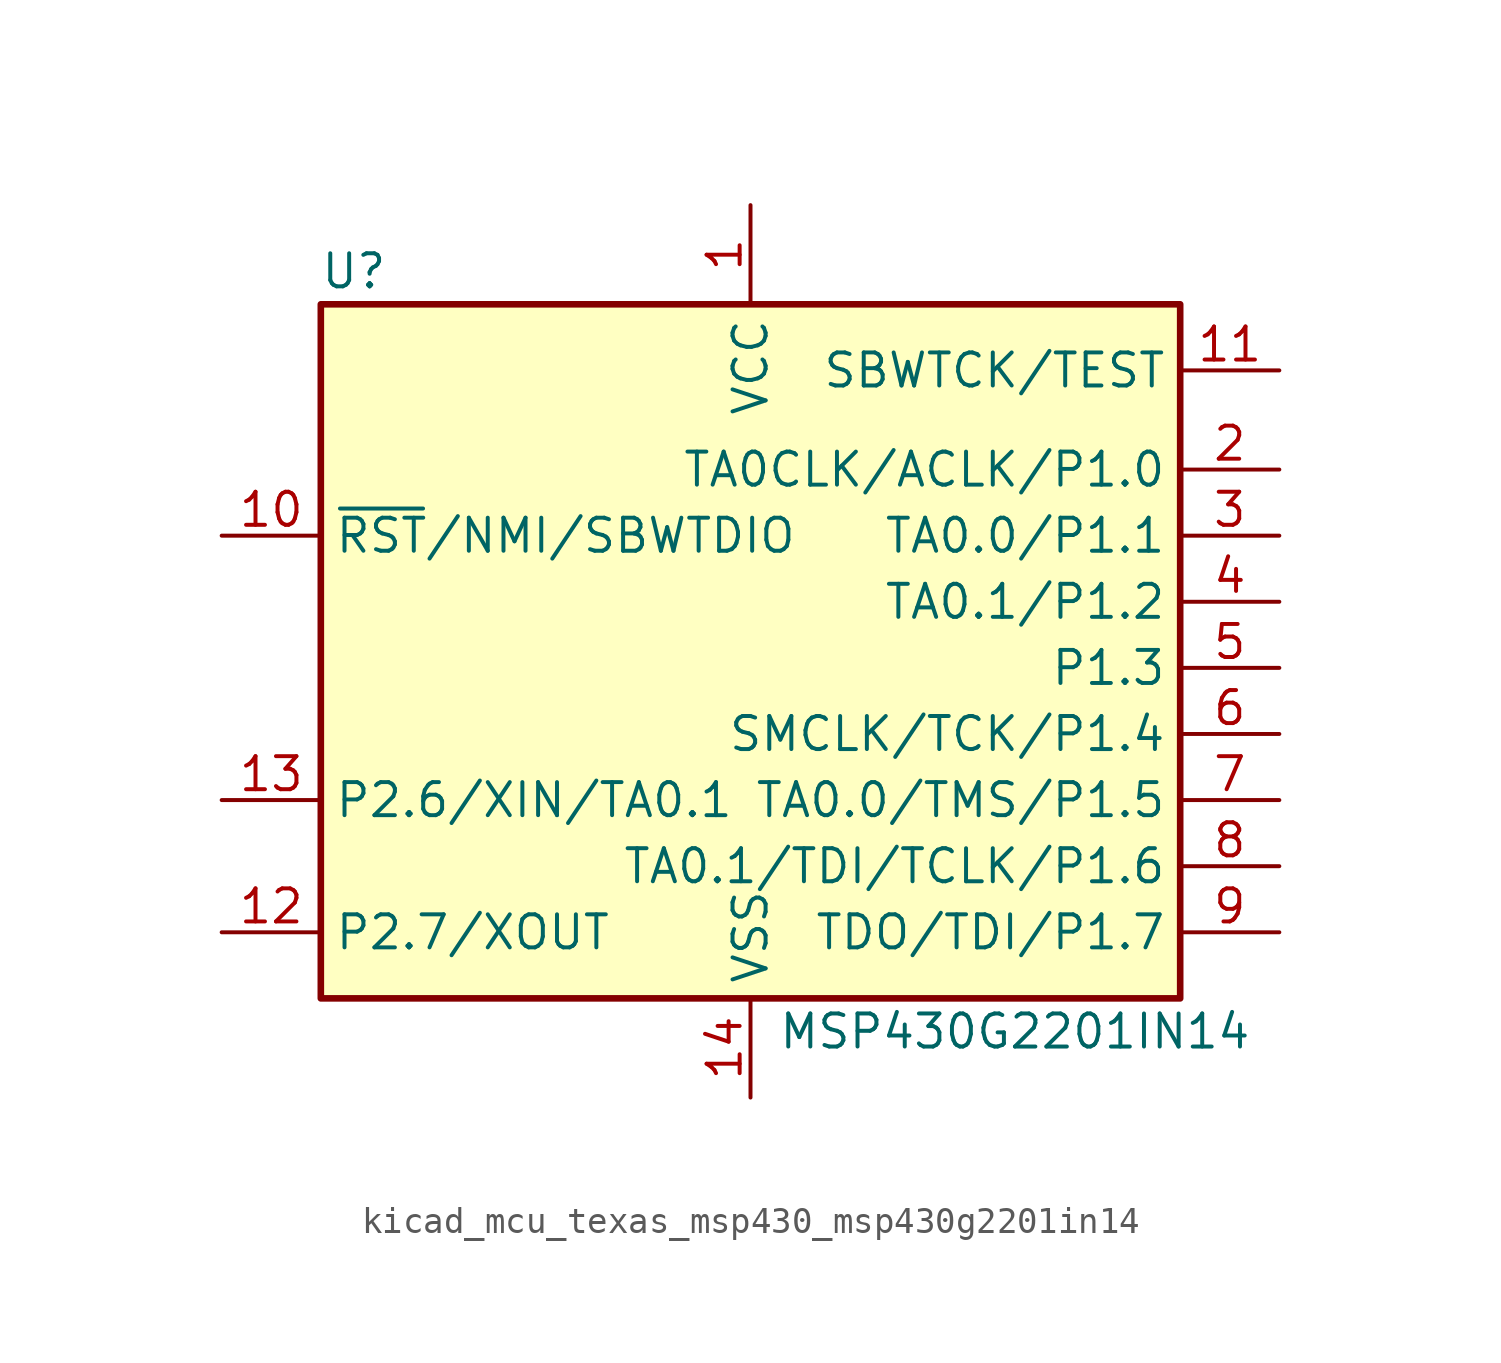
<source format=kicad_sym>
(kicad_symbol_lib
  (version 20220914)
  (generator kicad_symbol_editor)
  (symbol "kicad_mcu_texas_msp430_msp430g2201in14"
    (property "Reference" "U"
      (at -15.24 15.24 0)
      (effects (font (size 1.27 1.27))))
    (property "Value" "MSP430G2201IN14"
      (at 10.16 -13.97 0)
      (effects (font (size 1.27 1.27))))
    (symbol "kicad_mcu_texas_msp430_msp430g2201in14_0_1"
      (rectangle (start -16.51 13.97) (end 16.51 -12.7) (stroke (width 0.254) (type default)) (fill (type background))))
    (symbol "kicad_mcu_texas_msp430_msp430g2201in14_1_1"
      (pin power_in line (at 0 17.78 270) (length 3.81) (name "VCC" (effects (font (size 1.27 1.27)))) (number "1" (effects (font (size 1.27 1.27)))))
      (pin input line (at -20.32 5.08 0) (length 3.81) (name "~{RST}/NMI/SBWTDIO" (effects (font (size 1.27 1.27)))) (number "10" (effects (font (size 1.27 1.27)))))
      (pin input line (at 20.32 11.43 180) (length 3.81) (name "SBWTCK/TEST" (effects (font (size 1.27 1.27)))) (number "11" (effects (font (size 1.27 1.27)))))
      (pin bidirectional line (at -20.32 -10.16 0) (length 3.81) (name "P2.7/XOUT" (effects (font (size 1.27 1.27)))) (number "12" (effects (font (size 1.27 1.27)))))
      (pin bidirectional line (at -20.32 -5.08 0) (length 3.81) (name "P2.6/XIN/TA0.1" (effects (font (size 1.27 1.27)))) (number "13" (effects (font (size 1.27 1.27)))))
      (pin power_in line (at 0 -16.51 90) (length 3.81) (name "VSS" (effects (font (size 1.27 1.27)))) (number "14" (effects (font (size 1.27 1.27)))))
      (pin bidirectional line (at 20.32 7.62 180) (length 3.81) (name "TA0CLK/ACLK/P1.0" (effects (font (size 1.27 1.27)))) (number "2" (effects (font (size 1.27 1.27)))))
      (pin bidirectional line (at 20.32 5.08 180) (length 3.81) (name "TA0.0/P1.1" (effects (font (size 1.27 1.27)))) (number "3" (effects (font (size 1.27 1.27)))))
      (pin bidirectional line (at 20.32 2.54 180) (length 3.81) (name "TA0.1/P1.2" (effects (font (size 1.27 1.27)))) (number "4" (effects (font (size 1.27 1.27)))))
      (pin bidirectional line (at 20.32 0 180) (length 3.81) (name "P1.3" (effects (font (size 1.27 1.27)))) (number "5" (effects (font (size 1.27 1.27)))))
      (pin bidirectional line (at 20.32 -2.54 180) (length 3.81) (name "SMCLK/TCK/P1.4" (effects (font (size 1.27 1.27)))) (number "6" (effects (font (size 1.27 1.27)))))
      (pin bidirectional line (at 20.32 -5.08 180) (length 3.81) (name "TA0.0/TMS/P1.5" (effects (font (size 1.27 1.27)))) (number "7" (effects (font (size 1.27 1.27)))))
      (pin bidirectional line (at 20.32 -7.62 180) (length 3.81) (name "TA0.1/TDI/TCLK/P1.6" (effects (font (size 1.27 1.27)))) (number "8" (effects (font (size 1.27 1.27)))))
      (pin bidirectional line (at 20.32 -10.16 180) (length 3.81) (name "TDO/TDI/P1.7" (effects (font (size 1.27 1.27)))) (number "9" (effects (font (size 1.27 1.27))))))))
</source>
